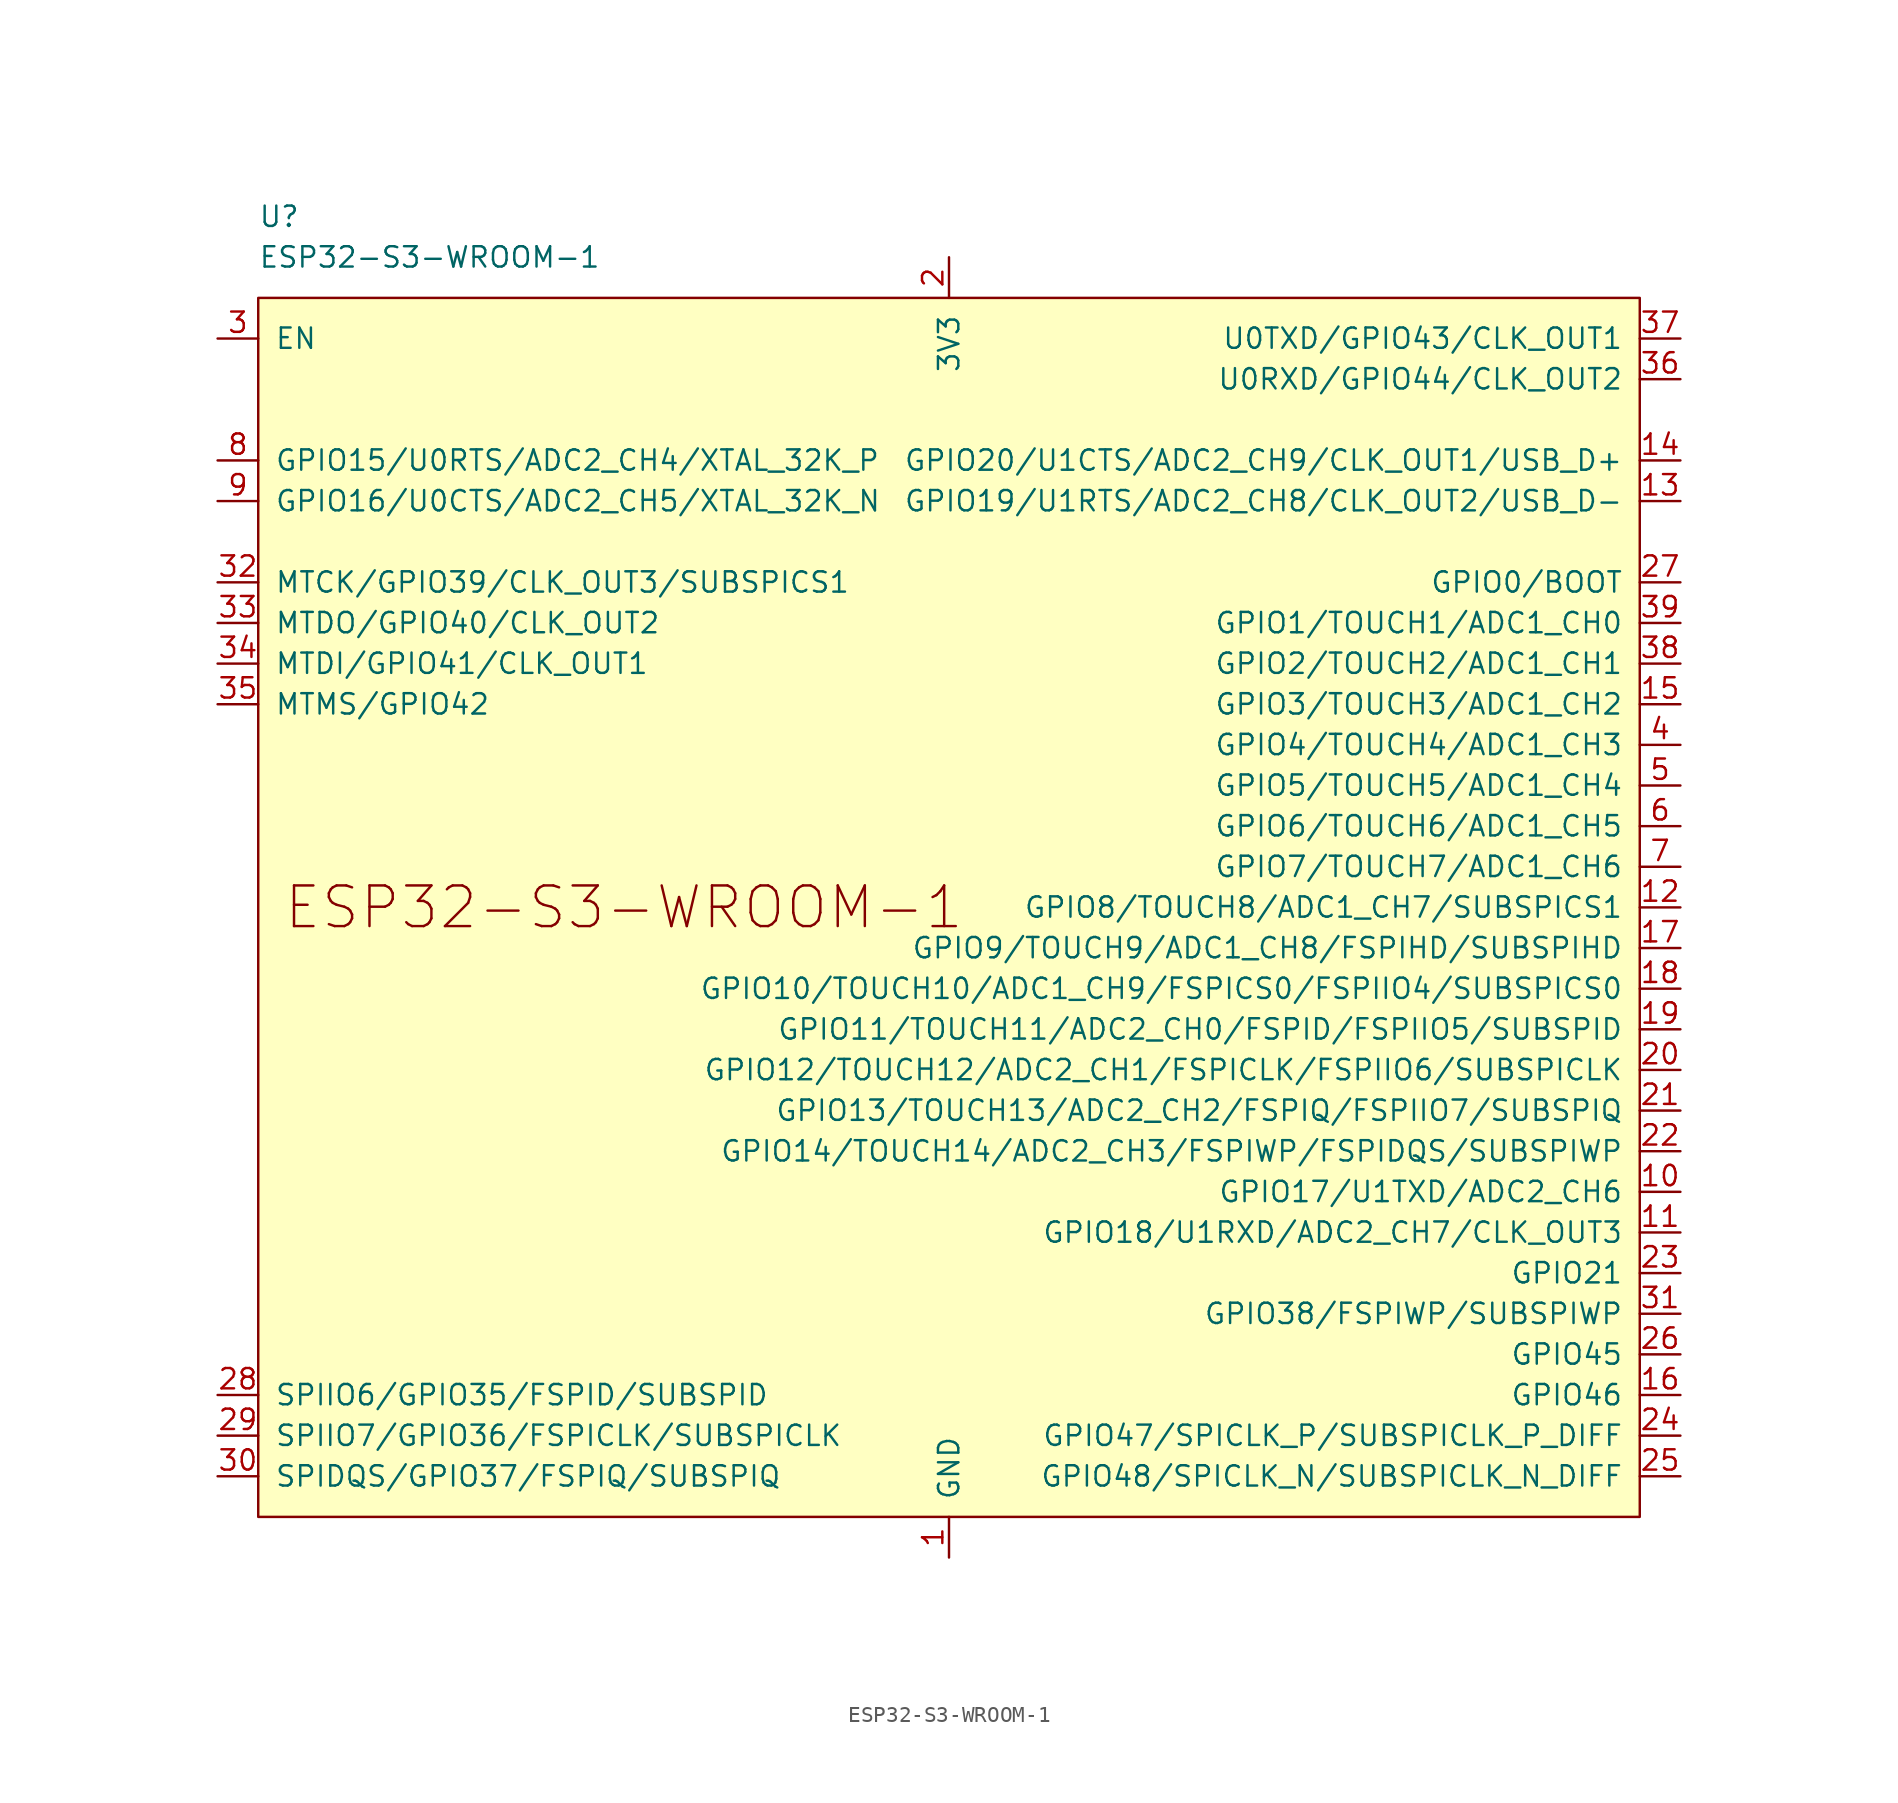
<source format=kicad_sym>
(kicad_symbol_lib
  (version 20220914)
  (generator kicad_symbol_editor)
  (symbol "ESP32-S3-WROOM-1"
    (pin_names
      (offset 1.016))
    (property "Reference" "U"
      (at -43.18 43.18 0)
      (effects (font (size 1.27 1.27)) (justify left)))
    (property "Value" "ESP32-S3-WROOM-1"
      (at -43.18 40.64 0)
      (effects (font (size 1.27 1.27)) (justify left)))
    (symbol "ESP32-S3-WROOM-1_0_0"
      (text "ESP32-S3-WROOM-1" (at -20.32 0 0) (effects (font (size 2.54 2.54))))
      (pin bidirectional line (at 45.72 -17.78 180) (length 2.54) (name "GPIO17/U1TXD/ADC2_CH6" (effects (font (size 1.27 1.27)))) (number "10" (effects (font (size 1.27 1.27)))))
      (pin bidirectional line (at 45.72 -20.32 180) (length 2.54) (name "GPIO18/U1RXD/ADC2_CH7/CLK_OUT3" (effects (font (size 1.27 1.27)))) (number "11" (effects (font (size 1.27 1.27)))))
      (pin bidirectional line (at 45.72 0 180) (length 2.54) (name "GPIO8/TOUCH8/ADC1_CH7/SUBSPICS1" (effects (font (size 1.27 1.27)))) (number "12" (effects (font (size 1.27 1.27)))))
      (pin bidirectional line (at 45.72 25.4 180) (length 2.54) (name "GPIO19/U1RTS/ADC2_CH8/CLK_OUT2/USB_D-" (effects (font (size 1.27 1.27)))) (number "13" (effects (font (size 1.27 1.27)))))
      (pin bidirectional line (at 45.72 27.94 180) (length 2.54) (name "GPIO20/U1CTS/ADC2_CH9/CLK_OUT1/USB_D+" (effects (font (size 1.27 1.27)))) (number "14" (effects (font (size 1.27 1.27)))))
      (pin bidirectional line (at 45.72 12.7 180) (length 2.54) (name "GPIO3/TOUCH3/ADC1_CH2" (effects (font (size 1.27 1.27)))) (number "15" (effects (font (size 1.27 1.27)))))
      (pin bidirectional line (at 45.72 -30.48 180) (length 2.54) (name "GPIO46" (effects (font (size 1.27 1.27)))) (number "16" (effects (font (size 1.27 1.27)))))
      (pin bidirectional line (at 45.72 -2.54 180) (length 2.54) (name "GPIO9/TOUCH9/ADC1_CH8/FSPIHD/SUBSPIHD" (effects (font (size 1.27 1.27)))) (number "17" (effects (font (size 1.27 1.27)))))
      (pin bidirectional line (at 45.72 -5.08 180) (length 2.54) (name "GPIO10/TOUCH10/ADC1_CH9/FSPICS0/FSPIIO4/SUBSPICS0" (effects (font (size 1.27 1.27)))) (number "18" (effects (font (size 1.27 1.27)))))
      (pin bidirectional line (at 45.72 -7.62 180) (length 2.54) (name "GPIO11/TOUCH11/ADC2_CH0/FSPID/FSPIIO5/SUBSPID" (effects (font (size 1.27 1.27)))) (number "19" (effects (font (size 1.27 1.27)))))
      (pin power_in line (at 0 40.64 270) (length 2.54) (name "3V3" (effects (font (size 1.27 1.27)))) (number "2" (effects (font (size 1.27 1.27)))))
      (pin bidirectional line (at 45.72 -10.16 180) (length 2.54) (name "GPIO12/TOUCH12/ADC2_CH1/FSPICLK/FSPIIO6/SUBSPICLK" (effects (font (size 1.27 1.27)))) (number "20" (effects (font (size 1.27 1.27)))))
      (pin bidirectional line (at 45.72 -12.7 180) (length 2.54) (name "GPIO13/TOUCH13/ADC2_CH2/FSPIQ/FSPIIO7/SUBSPIQ" (effects (font (size 1.27 1.27)))) (number "21" (effects (font (size 1.27 1.27)))))
      (pin bidirectional line (at 45.72 -15.24 180) (length 2.54) (name "GPIO14/TOUCH14/ADC2_CH3/FSPIWP/FSPIDQS/SUBSPIWP" (effects (font (size 1.27 1.27)))) (number "22" (effects (font (size 1.27 1.27)))))
      (pin bidirectional line (at 45.72 -22.86 180) (length 2.54) (name "GPIO21" (effects (font (size 1.27 1.27)))) (number "23" (effects (font (size 1.27 1.27)))))
      (pin bidirectional line (at 45.72 -33.02 180) (length 2.54) (name "GPIO47/SPICLK_P/SUBSPICLK_P_DIFF" (effects (font (size 1.27 1.27)))) (number "24" (effects (font (size 1.27 1.27)))))
      (pin bidirectional line (at 45.72 -35.56 180) (length 2.54) (name "GPIO48/SPICLK_N/SUBSPICLK_N_DIFF" (effects (font (size 1.27 1.27)))) (number "25" (effects (font (size 1.27 1.27)))))
      (pin bidirectional line (at 45.72 -27.94 180) (length 2.54) (name "GPIO45" (effects (font (size 1.27 1.27)))) (number "26" (effects (font (size 1.27 1.27)))))
      (pin bidirectional line (at 45.72 20.32 180) (length 2.54) (name "GPIO0/BOOT" (effects (font (size 1.27 1.27)))) (number "27" (effects (font (size 1.27 1.27)))))
      (pin bidirectional line (at -45.72 -30.48 0) (length 2.54) (name "SPIIO6/GPIO35/FSPID/SUBSPID" (effects (font (size 1.27 1.27)))) (number "28" (effects (font (size 1.27 1.27)))))
      (pin bidirectional line (at -45.72 -33.02 0) (length 2.54) (name "SPIIO7/GPIO36/FSPICLK/SUBSPICLK" (effects (font (size 1.27 1.27)))) (number "29" (effects (font (size 1.27 1.27)))))
      (pin input line (at -45.72 35.56 0) (length 2.54) (name "EN" (effects (font (size 1.27 1.27)))) (number "3" (effects (font (size 1.27 1.27)))))
      (pin bidirectional line (at -45.72 -35.56 0) (length 2.54) (name "SPIDQS/GPIO37/FSPIQ/SUBSPIQ" (effects (font (size 1.27 1.27)))) (number "30" (effects (font (size 1.27 1.27)))))
      (pin bidirectional line (at 45.72 -25.4 180) (length 2.54) (name "GPIO38/FSPIWP/SUBSPIWP" (effects (font (size 1.27 1.27)))) (number "31" (effects (font (size 1.27 1.27)))))
      (pin bidirectional line (at -45.72 20.32 0) (length 2.54) (name "MTCK/GPIO39/CLK_OUT3/SUBSPICS1" (effects (font (size 1.27 1.27)))) (number "32" (effects (font (size 1.27 1.27)))))
      (pin bidirectional line (at -45.72 17.78 0) (length 2.54) (name "MTDO/GPIO40/CLK_OUT2" (effects (font (size 1.27 1.27)))) (number "33" (effects (font (size 1.27 1.27)))))
      (pin bidirectional line (at -45.72 15.24 0) (length 2.54) (name "MTDI/GPIO41/CLK_OUT1" (effects (font (size 1.27 1.27)))) (number "34" (effects (font (size 1.27 1.27)))))
      (pin bidirectional line (at -45.72 12.7 0) (length 2.54) (name "MTMS/GPIO42" (effects (font (size 1.27 1.27)))) (number "35" (effects (font (size 1.27 1.27)))))
      (pin bidirectional line (at 45.72 33.02 180) (length 2.54) (name "U0RXD/GPIO44/CLK_OUT2" (effects (font (size 1.27 1.27)))) (number "36" (effects (font (size 1.27 1.27)))))
      (pin bidirectional line (at 45.72 35.56 180) (length 2.54) (name "U0TXD/GPIO43/CLK_OUT1" (effects (font (size 1.27 1.27)))) (number "37" (effects (font (size 1.27 1.27)))))
      (pin bidirectional line (at 45.72 15.24 180) (length 2.54) (name "GPIO2/TOUCH2/ADC1_CH1" (effects (font (size 1.27 1.27)))) (number "38" (effects (font (size 1.27 1.27)))))
      (pin bidirectional line (at 45.72 17.78 180) (length 2.54) (name "GPIO1/TOUCH1/ADC1_CH0" (effects (font (size 1.27 1.27)))) (number "39" (effects (font (size 1.27 1.27)))))
      (pin bidirectional line (at 45.72 10.16 180) (length 2.54) (name "GPIO4/TOUCH4/ADC1_CH3" (effects (font (size 1.27 1.27)))) (number "4" (effects (font (size 1.27 1.27)))))
      (pin bidirectional line (at 45.72 7.62 180) (length 2.54) (name "GPIO5/TOUCH5/ADC1_CH4" (effects (font (size 1.27 1.27)))) (number "5" (effects (font (size 1.27 1.27)))))
      (pin bidirectional line (at 45.72 5.08 180) (length 2.54) (name "GPIO6/TOUCH6/ADC1_CH5" (effects (font (size 1.27 1.27)))) (number "6" (effects (font (size 1.27 1.27)))))
      (pin bidirectional line (at 45.72 2.54 180) (length 2.54) (name "GPIO7/TOUCH7/ADC1_CH6" (effects (font (size 1.27 1.27)))) (number "7" (effects (font (size 1.27 1.27)))))
      (pin bidirectional line (at -45.72 27.94 0) (length 2.54) (name "GPIO15/U0RTS/ADC2_CH4/XTAL_32K_P" (effects (font (size 1.27 1.27)))) (number "8" (effects (font (size 1.27 1.27)))))
      (pin bidirectional line (at -45.72 25.4 0) (length 2.54) (name "GPIO16/U0CTS/ADC2_CH5/XTAL_32K_N" (effects (font (size 1.27 1.27)))) (number "9" (effects (font (size 1.27 1.27))))))
    (symbol "ESP32-S3-WROOM-1_0_1"
      (rectangle (start -43.18 38.1) (end 43.18 -38.1) (stroke (width 0) (type default)) (fill (type background))))
    (symbol "ESP32-S3-WROOM-1_1_0"
      (pin power_in line (at 0 -40.64 90) (length 2.54) (name "GND" (effects (font (size 1.27 1.27)))) (number "1" (effects (font (size 1.27 1.27)))))
      (pin power_in line (at 0 -40.64 90) (length 2.54) hide (name "GND" (effects (font (size 1.27 1.27)))) (number "40" (effects (font (size 1.27 1.27)))))
      (pin power_in line (at 0 -40.64 90) (length 2.54) hide (name "GND" (effects (font (size 1.27 1.27)))) (number "41" (effects (font (size 1.27 1.27))))))))
</source>
